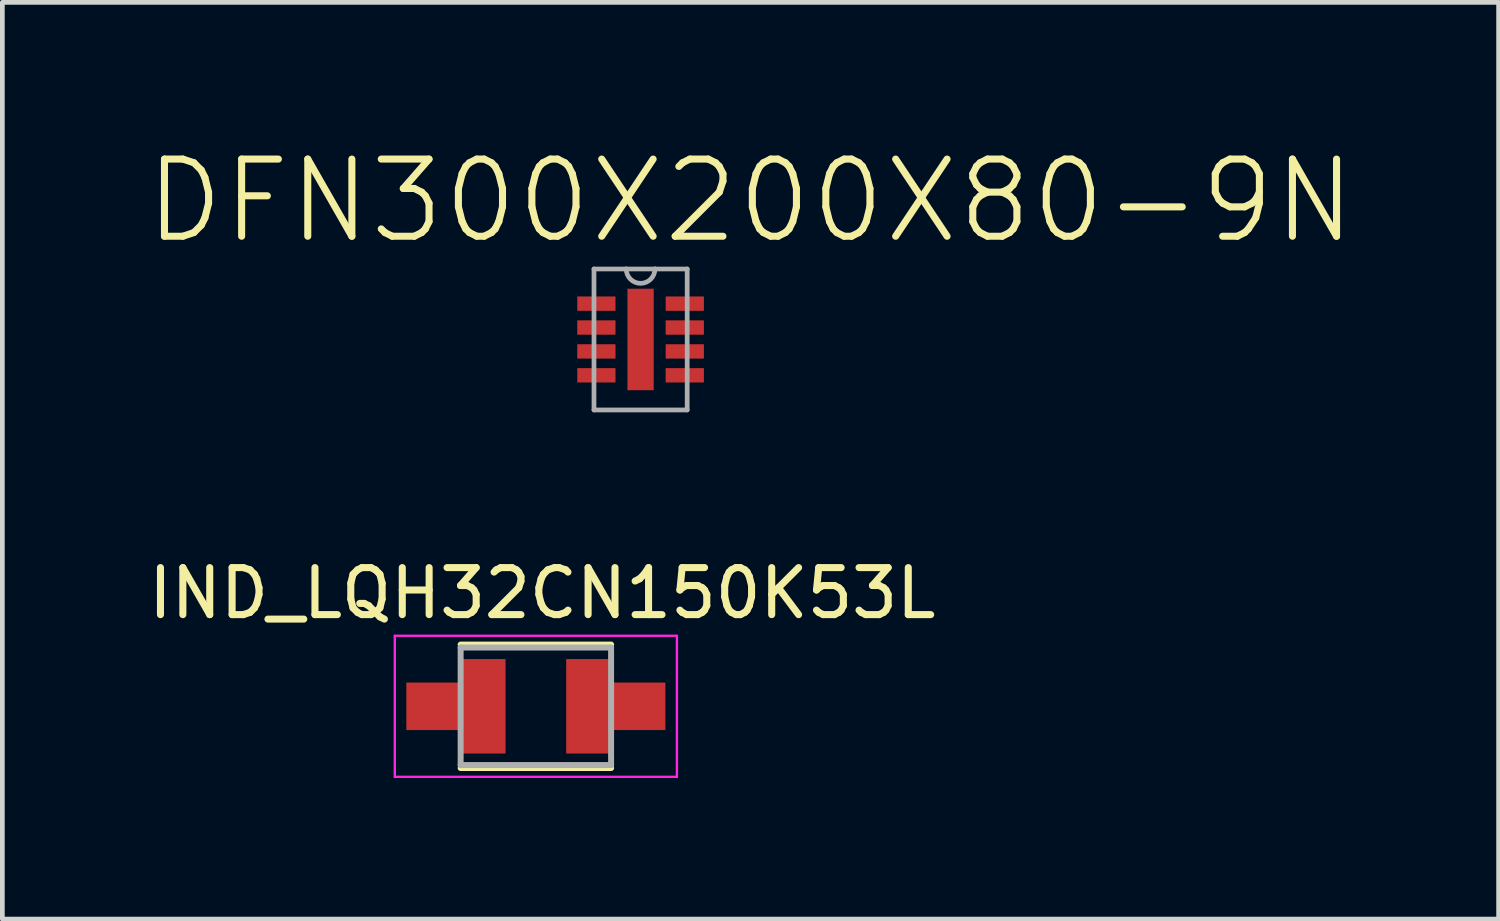
<source format=kicad_pcb>
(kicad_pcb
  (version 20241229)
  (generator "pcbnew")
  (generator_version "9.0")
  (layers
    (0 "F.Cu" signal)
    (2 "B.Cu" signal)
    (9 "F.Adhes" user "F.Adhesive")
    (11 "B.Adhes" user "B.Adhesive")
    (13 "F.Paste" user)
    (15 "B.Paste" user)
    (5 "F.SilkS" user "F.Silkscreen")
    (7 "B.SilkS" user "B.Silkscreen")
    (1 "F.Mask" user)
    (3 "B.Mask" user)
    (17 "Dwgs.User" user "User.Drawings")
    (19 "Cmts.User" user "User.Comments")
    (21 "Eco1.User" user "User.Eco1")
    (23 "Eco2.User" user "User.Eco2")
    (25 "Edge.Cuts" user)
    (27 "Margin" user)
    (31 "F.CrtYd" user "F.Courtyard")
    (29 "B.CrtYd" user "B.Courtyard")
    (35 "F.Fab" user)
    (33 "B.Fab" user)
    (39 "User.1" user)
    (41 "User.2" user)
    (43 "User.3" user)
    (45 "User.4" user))
  (footprint "IND_LQH32CN150K53L"
    (layer "F.Cu")
    (at 8.347 11.972)
    (property "Reference" "IND_LQH32CN150K53L" (at 0.135 -2.405 0) (layer "F.SilkS") (effects (font (size 1 1) (thickness 0.15))))
    (attr smd)
    (fp_poly (pts (xy -2.85 -0.6) (xy -1.75 -0.6) (xy -1.75 -1.1) (xy -0.55 -1.1) (xy -0.55 1.1) (xy -1.75 1.1) (xy -1.75 0.6) (xy -2.85 0.6)) (stroke (width 0.01) (type solid)) (fill yes) (layer "F.Mask"))
    (fp_poly (pts (xy 0.55 -1.1) (xy 1.75 -1.1) (xy 1.75 -0.6) (xy 2.85 -0.6) (xy 2.85 0.6) (xy 1.75 0.6) (xy 1.75 1.1) (xy 0.55 1.1)) (stroke (width 0.01) (type solid)) (fill yes) (layer "F.Mask"))
    (fp_line (start -1.6 -1.313) (end 1.6 -1.313) (stroke (width 0.127) (type solid)) (layer "F.SilkS"))
    (fp_line (start 1.6 1.313) (end -1.6 1.313) (stroke (width 0.127) (type solid)) (layer "F.SilkS"))
    (fp_poly (pts (xy -1.65 -1) (xy -0.65 -1) (xy -0.65 1) (xy -1.65 1) (xy -1.65 0.5) (xy -2.75 0.5) (xy -2.75 -0.5) (xy -1.65 -0.5)) (stroke (width 0.01) (type solid)) (fill yes) (layer "F.Paste"))
    (fp_poly (pts (xy 1.65 1) (xy 0.65 1) (xy 0.65 -1) (xy 1.65 -1) (xy 1.65 -0.5) (xy 2.75 -0.5) (xy 2.75 0.5) (xy 1.65 0.5)) (stroke (width 0.01) (type solid)) (fill yes) (layer "F.Paste"))
    (fp_line (start -3 -1.5) (end 3 -1.5) (stroke (width 0.05) (type solid)) (layer "F.CrtYd"))
    (fp_line (start -3 1.5) (end -3 -1.5) (stroke (width 0.05) (type solid)) (layer "F.CrtYd"))
    (fp_line (start 3 -1.5) (end 3 1.5) (stroke (width 0.05) (type solid)) (layer "F.CrtYd"))
    (fp_line (start 3 1.5) (end -3 1.5) (stroke (width 0.05) (type solid)) (layer "F.CrtYd"))
    (fp_line (start -1.6 -1.25) (end 1.6 -1.25) (stroke (width 0.127) (type solid)) (layer "F.Fab"))
    (fp_line (start -1.6 1.25) (end -1.6 -1.25) (stroke (width 0.127) (type solid)) (layer "F.Fab"))
    (fp_line (start 1.6 -1.25) (end 1.6 1.25) (stroke (width 0.127) (type solid)) (layer "F.Fab"))
    (fp_line (start 1.6 1.25) (end -1.6 1.25) (stroke (width 0.127) (type solid)) (layer "F.Fab"))
    (pad "1" smd custom (at -1.15 0) (size 1 2) (layers "F.Cu") (options (anchor rect)) (primitives (gr_poly (pts (xy -0.5 -1) (xy 0.5 -1) (xy 0.5 1) (xy -0.5 1) (xy -0.5 0.5) (xy -1.6 0.5) (xy -1.6 -0.5) (xy -0.5 -0.5)) (width 0.01) (fill yes))))
    (pad "2" smd custom (at 1.15 0) (size 1 2) (layers "F.Cu") (options (anchor rect)) (primitives (gr_poly (pts (xy 0.5 1) (xy -0.5 1) (xy -0.5 -1) (xy 0.5 -1) (xy 0.5 -0.5) (xy 1.6 -0.5) (xy 1.6 0.5) (xy 0.5 0.5)) (width 0.01) (fill yes)))))
  (footprint "DFN300X200X80-9N"
    (layer "F.Cu")
    (at 10.574 4.17)
    (property "Reference" "DFN300X200X80-9N" (at 2.338 -2.947 0) (layer "F.SilkS") (effects (font (size 1.641 1.641) (thickness 0.15))))
    (attr smd)
    (fp_line (start -0.991 -1.499) (end -0.991 1.499) (stroke (width 0.1) (type solid)) (layer "F.Fab"))
    (fp_line (start -0.991 1.499) (end 0.991 1.499) (stroke (width 0.1) (type solid)) (layer "F.Fab"))
    (fp_line (start -0.305 -1.499) (end -0.991 -1.499) (stroke (width 0.1) (type solid)) (layer "F.Fab"))
    (fp_line (start 0.305 -1.499) (end -0.305 -1.499) (stroke (width 0.1) (type solid)) (layer "F.Fab"))
    (fp_line (start 0.991 -1.499) (end 0.305 -1.499) (stroke (width 0.1) (type solid)) (layer "F.Fab"))
    (fp_line (start 0.991 1.499) (end 0.991 -1.499) (stroke (width 0.1) (type solid)) (layer "F.Fab"))
    (fp_arc (start 0.3048 -1.4986) (mid 0 -1.1938) (end -0.3048 -1.4986) (stroke (width 0.1) (type solid)) (layer "F.Fab"))
    (pad "1" smd rect (at -0.94 -0.762) (size 0.813 0.305) (layers "F.Cu" "F.Mask" "F.Paste"))
    (pad "2" smd rect (at -0.94 -0.254) (size 0.813 0.305) (layers "F.Cu" "F.Mask" "F.Paste"))
    (pad "3" smd rect (at -0.94 0.254) (size 0.813 0.305) (layers "F.Cu" "F.Mask" "F.Paste"))
    (pad "4" smd rect (at -0.94 0.762) (size 0.813 0.305) (layers "F.Cu" "F.Mask" "F.Paste"))
    (pad "5" smd rect (at 0.94 0.762) (size 0.813 0.305) (layers "F.Cu" "F.Mask" "F.Paste"))
    (pad "6" smd rect (at 0.94 0.254) (size 0.813 0.305) (layers "F.Cu" "F.Mask" "F.Paste"))
    (pad "7" smd rect (at 0.94 -0.254) (size 0.813 0.305) (layers "F.Cu" "F.Mask" "F.Paste"))
    (pad "8" smd rect (at 0.94 -0.762) (size 0.813 0.305) (layers "F.Cu" "F.Mask" "F.Paste"))
    (pad "9" smd rect (at 0 0) (size 0.559 2.159) (layers "F.Cu" "F.Mask" "F.Paste")))
  (gr_rect
    (start -3 -3)
    (end 28.823 16.497)
    (stroke (width 0.1) (type default))
    (fill no)
    (layer "Edge.Cuts")))
</source>
